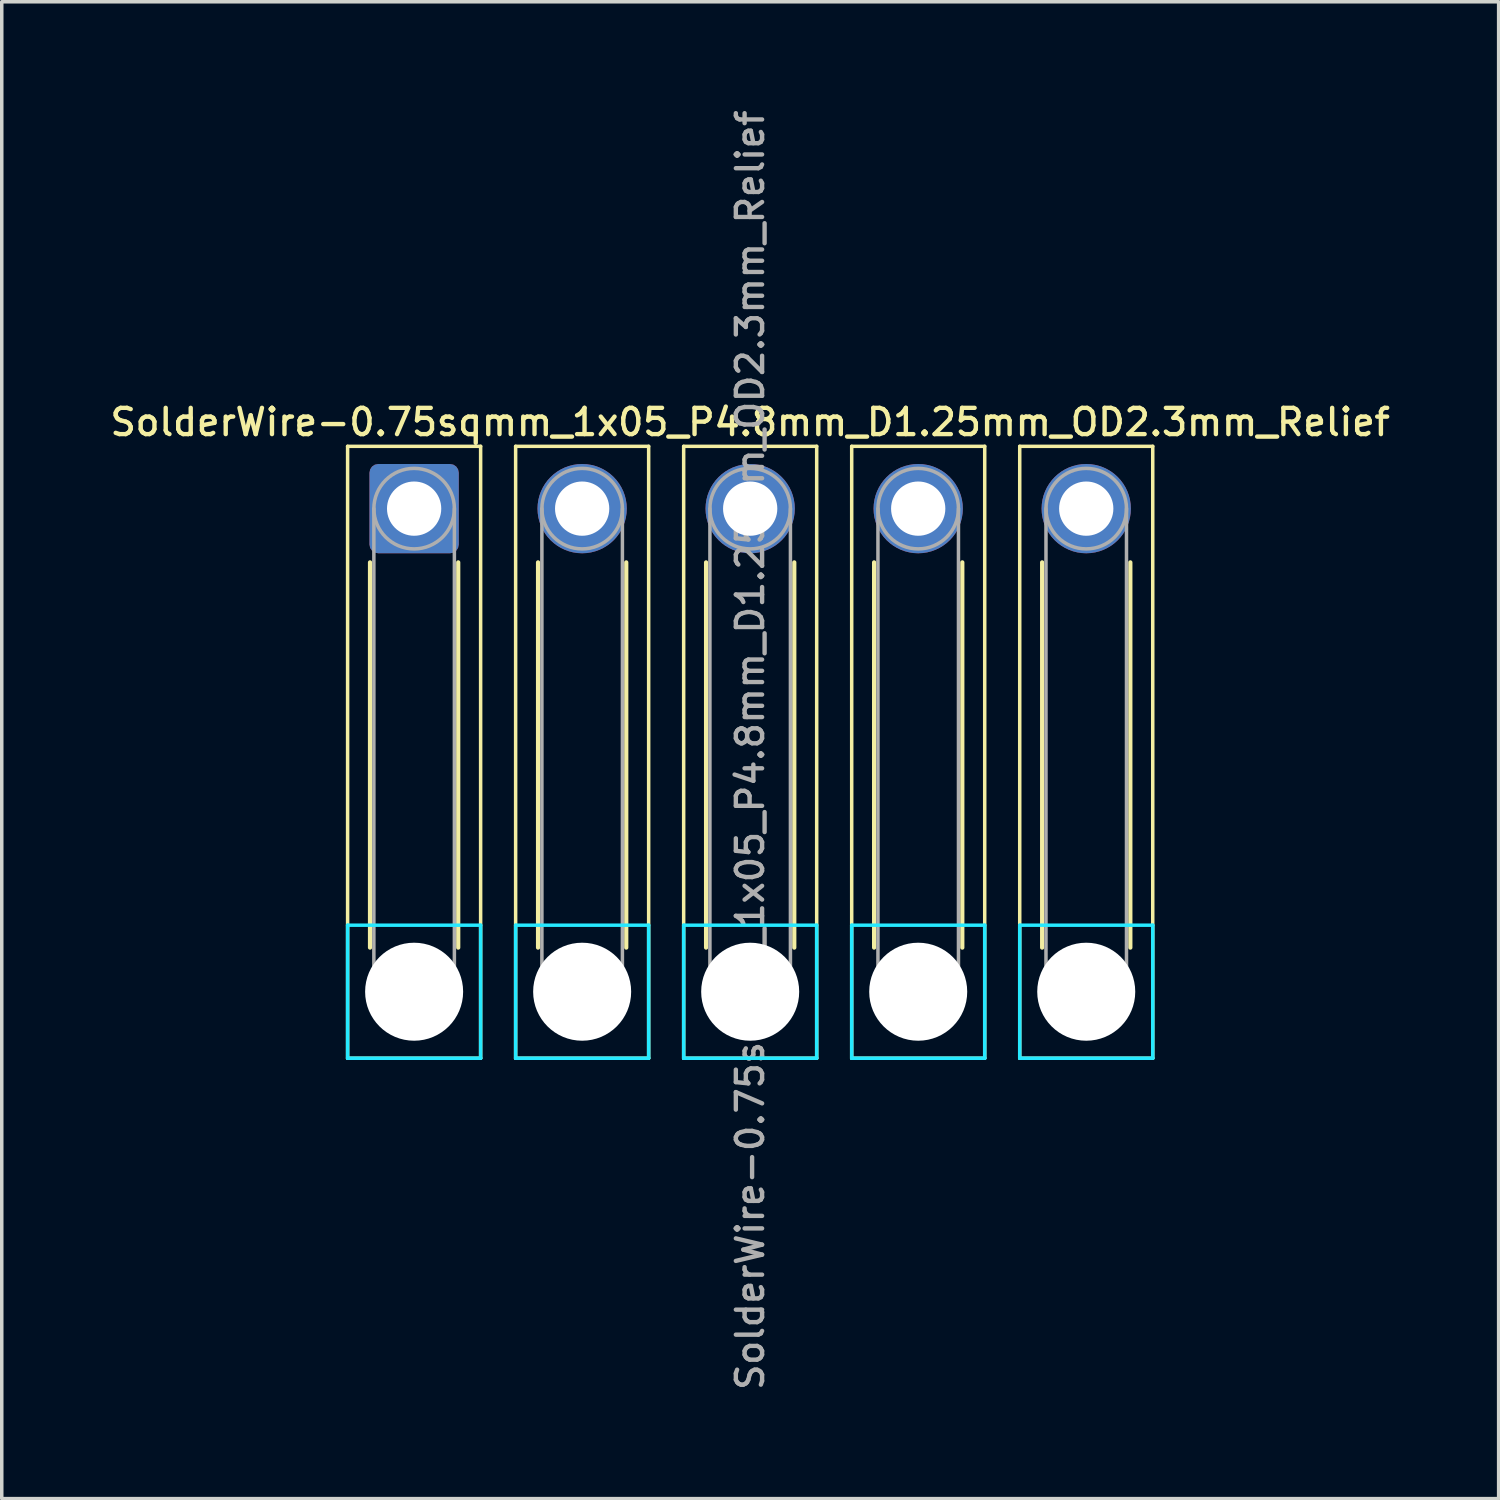
<source format=kicad_pcb>
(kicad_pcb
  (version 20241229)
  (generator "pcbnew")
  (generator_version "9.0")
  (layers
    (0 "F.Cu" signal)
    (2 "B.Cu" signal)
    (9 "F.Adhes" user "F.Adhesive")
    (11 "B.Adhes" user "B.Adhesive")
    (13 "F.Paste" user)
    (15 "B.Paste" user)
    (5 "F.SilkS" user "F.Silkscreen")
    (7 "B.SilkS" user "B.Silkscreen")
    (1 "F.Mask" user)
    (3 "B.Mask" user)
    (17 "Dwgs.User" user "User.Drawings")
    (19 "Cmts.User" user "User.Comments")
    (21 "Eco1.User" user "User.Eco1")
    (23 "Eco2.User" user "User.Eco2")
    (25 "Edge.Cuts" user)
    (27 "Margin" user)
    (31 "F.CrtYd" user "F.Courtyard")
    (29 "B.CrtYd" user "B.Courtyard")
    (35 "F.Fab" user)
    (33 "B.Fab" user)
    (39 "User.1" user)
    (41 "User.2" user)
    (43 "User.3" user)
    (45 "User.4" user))
  (footprint "SolderWire-0.75sqmm_1x05_P4.8mm_D1.25mm_OD2.3mm_Relief"
    (layer "F.Cu")
    (at 8.78 11.48)
    (property "Reference" "SolderWire-0.75sqmm_1x05_P4.8mm_D1.25mm_OD2.3mm_Relief" (at 9.6 -2.47 0) (layer "F.SilkS") (effects (font (size 0.75 0.75) (thickness 0.125))))
    (attr exclude_from_pos_files exclude_from_bom)
    (fp_line (start -1.9 -1.78) (end -1.9 15.7) (stroke (width 0.1) (type solid)) (layer "F.SilkS"))
    (fp_line (start -1.9 15.7) (end 1.9 15.7) (stroke (width 0.1) (type solid)) (layer "F.SilkS"))
    (fp_line (start -1.26 1.535) (end -1.26 12.54) (stroke (width 0.12) (type solid)) (layer "F.SilkS"))
    (fp_line (start 1.26 1.535) (end 1.26 12.54) (stroke (width 0.12) (type solid)) (layer "F.SilkS"))
    (fp_line (start 1.9 -1.78) (end -1.9 -1.78) (stroke (width 0.1) (type solid)) (layer "F.SilkS"))
    (fp_line (start 1.9 15.7) (end 1.9 -1.78) (stroke (width 0.1) (type solid)) (layer "F.SilkS"))
    (fp_line (start 2.9 -1.78) (end 2.9 15.7) (stroke (width 0.1) (type solid)) (layer "F.SilkS"))
    (fp_line (start 2.9 15.7) (end 6.7 15.7) (stroke (width 0.1) (type solid)) (layer "F.SilkS"))
    (fp_line (start 3.54 1.535) (end 3.54 12.54) (stroke (width 0.12) (type solid)) (layer "F.SilkS"))
    (fp_line (start 6.06 1.535) (end 6.06 12.54) (stroke (width 0.12) (type solid)) (layer "F.SilkS"))
    (fp_line (start 6.7 -1.78) (end 2.9 -1.78) (stroke (width 0.1) (type solid)) (layer "F.SilkS"))
    (fp_line (start 6.7 15.7) (end 6.7 -1.78) (stroke (width 0.1) (type solid)) (layer "F.SilkS"))
    (fp_line (start 7.7 -1.78) (end 7.7 15.7) (stroke (width 0.1) (type solid)) (layer "F.SilkS"))
    (fp_line (start 7.7 15.7) (end 11.5 15.7) (stroke (width 0.1) (type solid)) (layer "F.SilkS"))
    (fp_line (start 8.34 1.535) (end 8.34 12.54) (stroke (width 0.12) (type solid)) (layer "F.SilkS"))
    (fp_line (start 10.86 1.535) (end 10.86 12.54) (stroke (width 0.12) (type solid)) (layer "F.SilkS"))
    (fp_line (start 11.5 -1.78) (end 7.7 -1.78) (stroke (width 0.1) (type solid)) (layer "F.SilkS"))
    (fp_line (start 11.5 15.7) (end 11.5 -1.78) (stroke (width 0.1) (type solid)) (layer "F.SilkS"))
    (fp_line (start 12.5 -1.78) (end 12.5 15.7) (stroke (width 0.1) (type solid)) (layer "F.SilkS"))
    (fp_line (start 12.5 15.7) (end 16.3 15.7) (stroke (width 0.1) (type solid)) (layer "F.SilkS"))
    (fp_line (start 13.14 1.535) (end 13.14 12.54) (stroke (width 0.12) (type solid)) (layer "F.SilkS"))
    (fp_line (start 15.66 1.535) (end 15.66 12.54) (stroke (width 0.12) (type solid)) (layer "F.SilkS"))
    (fp_line (start 16.3 -1.78) (end 12.5 -1.78) (stroke (width 0.1) (type solid)) (layer "F.SilkS"))
    (fp_line (start 16.3 15.7) (end 16.3 -1.78) (stroke (width 0.1) (type solid)) (layer "F.SilkS"))
    (fp_line (start 17.3 -1.78) (end 17.3 15.7) (stroke (width 0.1) (type solid)) (layer "F.SilkS"))
    (fp_line (start 17.3 15.7) (end 21.1 15.7) (stroke (width 0.1) (type solid)) (layer "F.SilkS"))
    (fp_line (start 17.94 1.535) (end 17.94 12.54) (stroke (width 0.12) (type solid)) (layer "F.SilkS"))
    (fp_line (start 20.46 1.535) (end 20.46 12.54) (stroke (width 0.12) (type solid)) (layer "F.SilkS"))
    (fp_line (start 21.1 -1.78) (end 17.3 -1.78) (stroke (width 0.1) (type solid)) (layer "F.SilkS"))
    (fp_line (start 21.1 15.7) (end 21.1 -1.78) (stroke (width 0.1) (type solid)) (layer "F.SilkS"))
    (fp_line (start -1.9 11.9) (end -1.9 15.7) (stroke (width 0.1) (type solid)) (layer "B.CrtYd"))
    (fp_line (start -1.9 15.7) (end 1.9 15.7) (stroke (width 0.1) (type solid)) (layer "B.CrtYd"))
    (fp_line (start 1.9 11.9) (end -1.9 11.9) (stroke (width 0.1) (type solid)) (layer "B.CrtYd"))
    (fp_line (start 1.9 15.7) (end 1.9 11.9) (stroke (width 0.1) (type solid)) (layer "B.CrtYd"))
    (fp_line (start 2.9 11.9) (end 2.9 15.7) (stroke (width 0.1) (type solid)) (layer "B.CrtYd"))
    (fp_line (start 2.9 15.7) (end 6.7 15.7) (stroke (width 0.1) (type solid)) (layer "B.CrtYd"))
    (fp_line (start 6.7 11.9) (end 2.9 11.9) (stroke (width 0.1) (type solid)) (layer "B.CrtYd"))
    (fp_line (start 6.7 15.7) (end 6.7 11.9) (stroke (width 0.1) (type solid)) (layer "B.CrtYd"))
    (fp_line (start 7.7 11.9) (end 7.7 15.7) (stroke (width 0.1) (type solid)) (layer "B.CrtYd"))
    (fp_line (start 7.7 15.7) (end 11.5 15.7) (stroke (width 0.1) (type solid)) (layer "B.CrtYd"))
    (fp_line (start 11.5 11.9) (end 7.7 11.9) (stroke (width 0.1) (type solid)) (layer "B.CrtYd"))
    (fp_line (start 11.5 15.7) (end 11.5 11.9) (stroke (width 0.1) (type solid)) (layer "B.CrtYd"))
    (fp_line (start 12.5 11.9) (end 12.5 15.7) (stroke (width 0.1) (type solid)) (layer "B.CrtYd"))
    (fp_line (start 12.5 15.7) (end 16.3 15.7) (stroke (width 0.1) (type solid)) (layer "B.CrtYd"))
    (fp_line (start 16.3 11.9) (end 12.5 11.9) (stroke (width 0.1) (type solid)) (layer "B.CrtYd"))
    (fp_line (start 16.3 15.7) (end 16.3 11.9) (stroke (width 0.1) (type solid)) (layer "B.CrtYd"))
    (fp_line (start 17.3 11.9) (end 17.3 15.7) (stroke (width 0.1) (type solid)) (layer "B.CrtYd"))
    (fp_line (start 17.3 15.7) (end 21.1 15.7) (stroke (width 0.1) (type solid)) (layer "B.CrtYd"))
    (fp_line (start 21.1 11.9) (end 17.3 11.9) (stroke (width 0.1) (type solid)) (layer "B.CrtYd"))
    (fp_line (start 21.1 15.7) (end 21.1 11.9) (stroke (width 0.1) (type solid)) (layer "B.CrtYd"))
    (fp_line (start -1.15 0) (end -1.15 13.8) (stroke (width 0.1) (type solid)) (layer "F.Fab"))
    (fp_line (start 1.15 0) (end 1.15 13.8) (stroke (width 0.1) (type solid)) (layer "F.Fab"))
    (fp_line (start 3.65 0) (end 3.65 13.8) (stroke (width 0.1) (type solid)) (layer "F.Fab"))
    (fp_line (start 5.95 0) (end 5.95 13.8) (stroke (width 0.1) (type solid)) (layer "F.Fab"))
    (fp_line (start 8.45 0) (end 8.45 13.8) (stroke (width 0.1) (type solid)) (layer "F.Fab"))
    (fp_line (start 10.75 0) (end 10.75 13.8) (stroke (width 0.1) (type solid)) (layer "F.Fab"))
    (fp_line (start 13.25 0) (end 13.25 13.8) (stroke (width 0.1) (type solid)) (layer "F.Fab"))
    (fp_line (start 15.55 0) (end 15.55 13.8) (stroke (width 0.1) (type solid)) (layer "F.Fab"))
    (fp_line (start 18.05 0) (end 18.05 13.8) (stroke (width 0.1) (type solid)) (layer "F.Fab"))
    (fp_line (start 20.35 0) (end 20.35 13.8) (stroke (width 0.1) (type solid)) (layer "F.Fab"))
    (fp_circle (center 0 0) (end 1.15 0) (stroke (width 0.1) (type solid)) (fill no) (layer "F.Fab"))
    (fp_circle (center 0 13.8) (end 1.15 13.8) (stroke (width 0.1) (type solid)) (fill no) (layer "F.Fab"))
    (fp_circle (center 4.8 0) (end 5.95 0) (stroke (width 0.1) (type solid)) (fill no) (layer "F.Fab"))
    (fp_circle (center 4.8 13.8) (end 5.95 13.8) (stroke (width 0.1) (type solid)) (fill no) (layer "F.Fab"))
    (fp_circle (center 9.6 0) (end 10.75 0) (stroke (width 0.1) (type solid)) (fill no) (layer "F.Fab"))
    (fp_circle (center 9.6 13.8) (end 10.75 13.8) (stroke (width 0.1) (type solid)) (fill no) (layer "F.Fab"))
    (fp_circle (center 14.4 0) (end 15.55 0) (stroke (width 0.1) (type solid)) (fill no) (layer "F.Fab"))
    (fp_circle (center 14.4 13.8) (end 15.55 13.8) (stroke (width 0.1) (type solid)) (fill no) (layer "F.Fab"))
    (fp_circle (center 19.2 0) (end 20.35 0) (stroke (width 0.1) (type solid)) (fill no) (layer "F.Fab"))
    (fp_circle (center 19.2 13.8) (end 20.35 13.8) (stroke (width 0.1) (type solid)) (fill no) (layer "F.Fab"))
    (fp_text user "${REFERENCE}" (at 9.6 6.9 90) (layer "F.Fab") (effects (font (size 0.75 0.75) (thickness 0.125))))
    (pad "" np_thru_hole circle (at 0 13.8) (size 2.8 2.8) (drill 2.8) (layers "*.Cu" "*.Mask"))
    (pad "" np_thru_hole circle (at 4.8 13.8) (size 2.8 2.8) (drill 2.8) (layers "*.Cu" "*.Mask"))
    (pad "" np_thru_hole circle (at 9.6 13.8) (size 2.8 2.8) (drill 2.8) (layers "*.Cu" "*.Mask"))
    (pad "" np_thru_hole circle (at 14.4 13.8) (size 2.8 2.8) (drill 2.8) (layers "*.Cu" "*.Mask"))
    (pad "" np_thru_hole circle (at 19.2 13.8) (size 2.8 2.8) (drill 2.8) (layers "*.Cu" "*.Mask"))
    (pad "1" thru_hole roundrect (at 0 0) (size 2.55 2.55) (drill 1.55) (layers "*.Cu" "*.Mask") (roundrect_rratio 0.098))
    (pad "2" thru_hole circle (at 4.8 0) (size 2.55 2.55) (drill 1.55) (layers "*.Cu" "*.Mask"))
    (pad "3" thru_hole circle (at 9.6 0) (size 2.55 2.55) (drill 1.55) (layers "*.Cu" "*.Mask"))
    (pad "4" thru_hole circle (at 14.4 0) (size 2.55 2.55) (drill 1.55) (layers "*.Cu" "*.Mask"))
    (pad "5" thru_hole circle (at 19.2 0) (size 2.55 2.55) (drill 1.55) (layers "*.Cu" "*.Mask")))
  (gr_rect
    (start -3 -3)
    (end 39.761 39.761)
    (stroke (width 0.1) (type default))
    (fill no)
    (layer "Edge.Cuts")))
</source>
